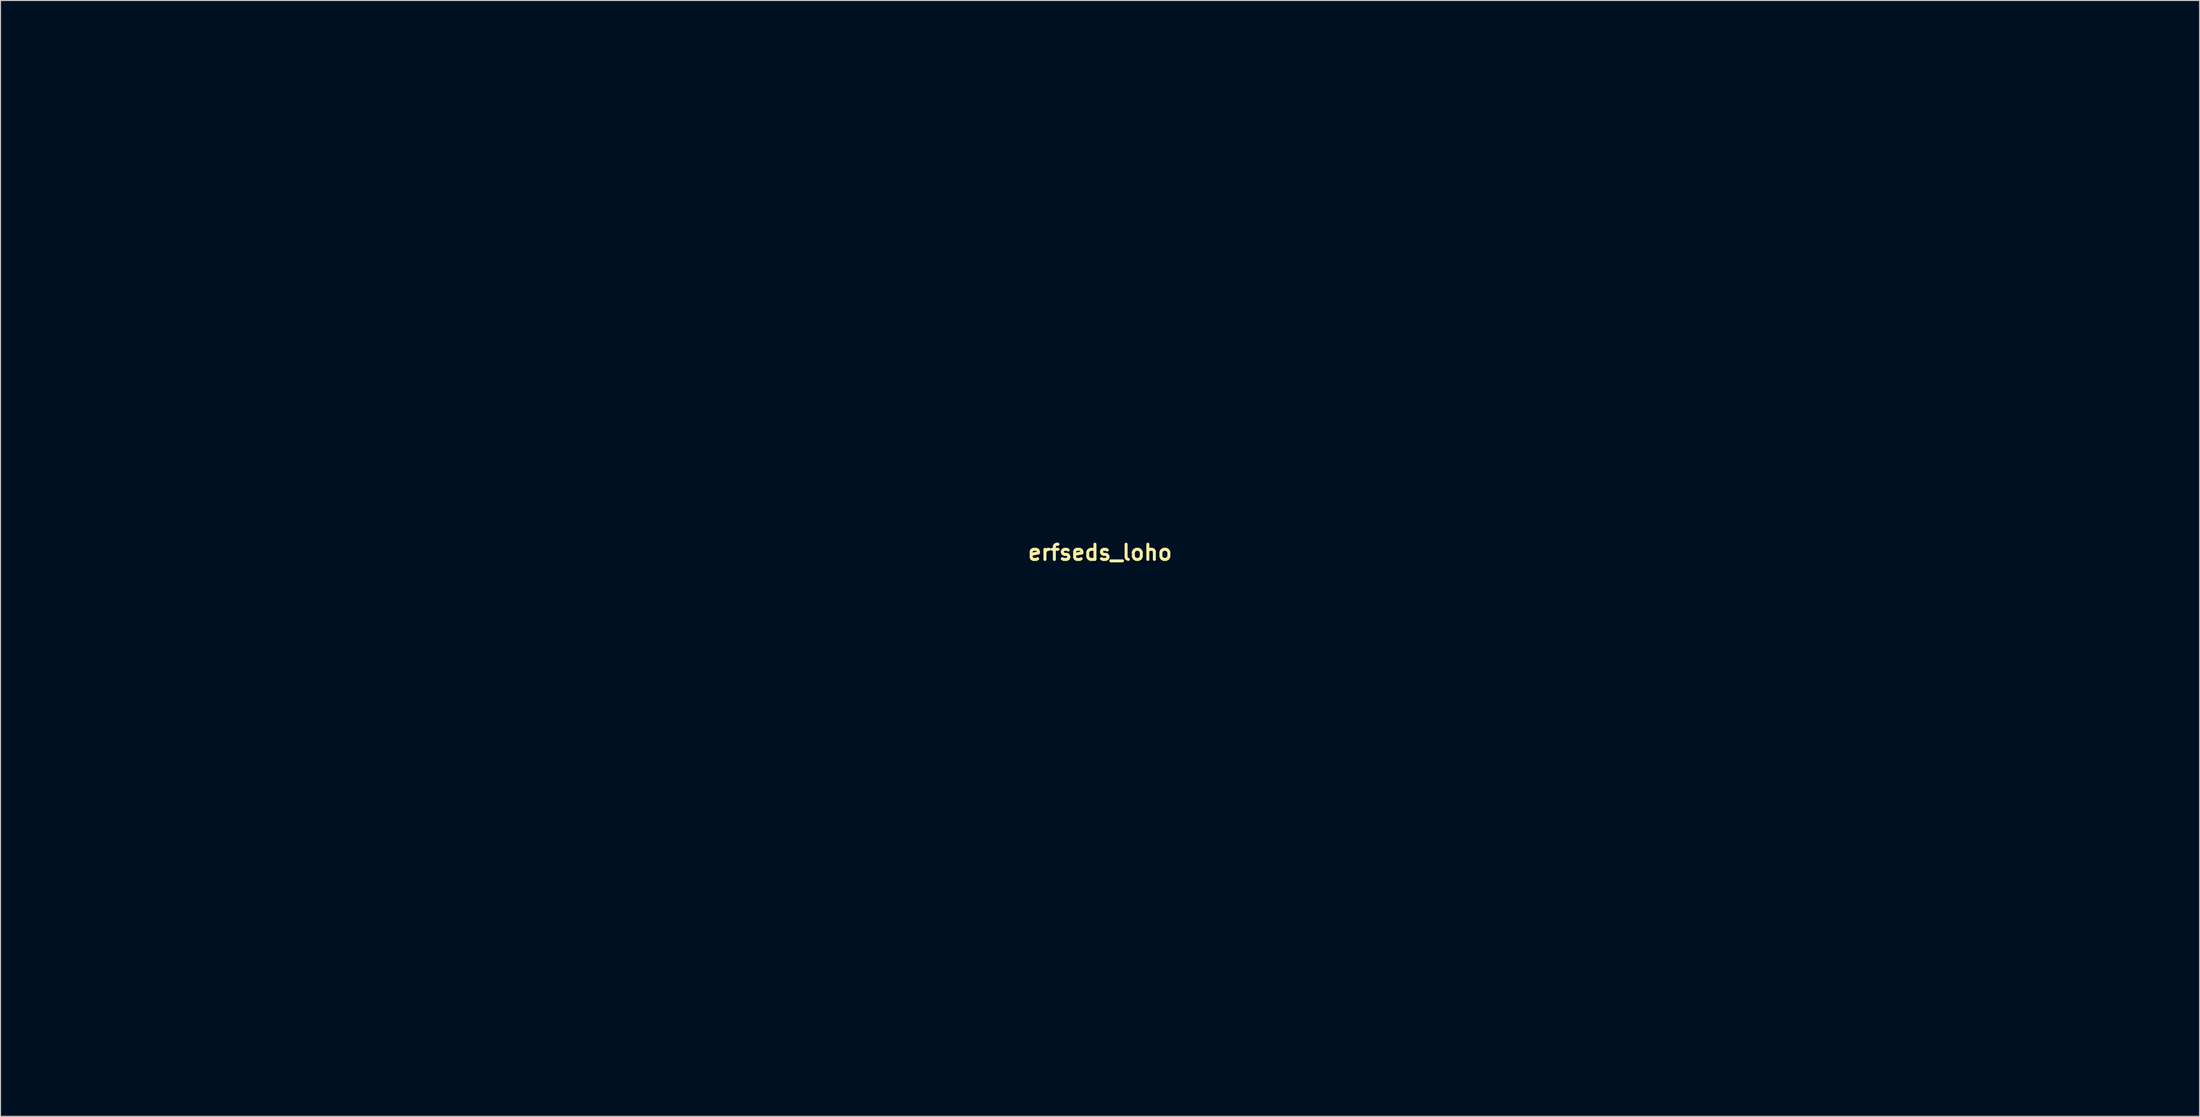
<source format=kicad_pcb>
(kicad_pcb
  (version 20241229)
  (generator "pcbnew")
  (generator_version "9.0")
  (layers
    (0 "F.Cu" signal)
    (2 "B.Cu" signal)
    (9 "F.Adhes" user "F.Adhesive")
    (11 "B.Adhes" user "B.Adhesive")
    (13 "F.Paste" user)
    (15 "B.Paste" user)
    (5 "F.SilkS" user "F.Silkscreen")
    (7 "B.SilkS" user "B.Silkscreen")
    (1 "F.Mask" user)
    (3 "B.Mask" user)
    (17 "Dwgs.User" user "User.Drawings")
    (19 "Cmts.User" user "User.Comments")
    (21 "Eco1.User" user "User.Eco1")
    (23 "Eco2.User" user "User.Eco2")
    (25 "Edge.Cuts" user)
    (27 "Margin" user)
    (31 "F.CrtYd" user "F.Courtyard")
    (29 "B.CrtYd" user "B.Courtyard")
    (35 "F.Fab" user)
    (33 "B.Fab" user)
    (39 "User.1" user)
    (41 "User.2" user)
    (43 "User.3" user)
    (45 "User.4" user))
  (footprint "erfseds_loho"
    (layer "F.Cu")
    (at 107.111 52.329)
    (property "Reference" "erfseds_loho" (at 0 0 0) (layer "F.SilkS") (effects (font (size 1.524 1.524) (thickness 0.3))))
    (attr through_hole)
    (fp_poly (pts (xy -72.842 2.653) (xy -72.853 2.703) (xy -72.898 2.709) (xy -72.968 2.678) (xy -72.954 2.653) (xy -72.854 2.643) (xy -72.842 2.653)) (stroke (width 0.01) (type solid)) (fill no) (layer "Eco2.User"))
    (fp_poly (pts (xy -72.498 2.574) (xy -72.523 2.612) (xy -72.609 2.618) (xy -72.699 2.597) (xy -72.66 2.567) (xy -72.528 2.557) (xy -72.498 2.574)) (stroke (width 0.01) (type solid)) (fill no) (layer "Eco2.User"))
    (fp_poly (pts (xy 100.132 8.749) (xy 100.121 8.799) (xy 100.076 8.805) (xy 100.006 8.774) (xy 100.02 8.749) (xy 100.12 8.739) (xy 100.132 8.749)) (stroke (width 0.01) (type solid)) (fill no) (layer "Eco2.User"))
    (fp_poly (pts (xy 99.749 8.596) (xy 99.822 8.636) (xy 99.89 8.703) (xy 99.864 8.718) (xy 99.725 8.676) (xy 99.653 8.636) (xy 99.585 8.569) (xy 99.61 8.554) (xy 99.749 8.596)) (stroke (width 0.01) (type solid)) (fill no) (layer "Eco2.User"))
    (fp_poly (pts (xy -37.846 44.631) (xy -37.866 44.722) (xy -37.922 44.958) (xy -38.009 45.319) (xy -38.123 45.786) (xy -38.259 46.34) (xy -38.412 46.96) (xy -38.577 47.627) (xy -38.75 48.323) (xy -38.924 49.027) (xy -39.097 49.72) (xy -39.262 50.383) (xy -39.415 50.996) (xy -39.552 51.539) (xy -39.667 51.993) (xy -39.755 52.339) (xy -39.801 52.514) (xy -39.885 52.832) (xy -44.196 52.832) (xy -44.189 52.642) (xy -44.166 52.518) (xy -44.107 52.25) (xy -44.014 51.857) (xy -43.894 51.359) (xy -43.75 50.775) (xy -43.588 50.125) (xy -43.411 49.428) (xy -43.405 49.404) (xy -42.63 46.358) (xy -41.952 46.114) (xy -41.663 46.008) (xy -41.252 45.854) (xy -40.756 45.668) (xy -40.211 45.461) (xy -39.654 45.248) (xy -39.56 45.213) (xy -39.06 45.024) (xy -38.617 44.864) (xy -38.254 44.739) (xy -37.994 44.657) (xy -37.86 44.627) (xy -37.846 44.631)) (stroke (width 0.01) (type solid)) (fill no) (layer "Eco2.User"))
    (fp_poly (pts (xy -49.748 48.883) (xy -49.703 49.051) (xy -49.629 49.34) (xy -49.531 49.722) (xy -49.418 50.168) (xy -49.296 50.653) (xy -49.172 51.146) (xy -49.053 51.621) (xy -48.946 52.05) (xy -48.859 52.405) (xy -48.797 52.657) (xy -48.769 52.78) (xy -48.768 52.787) (xy -48.848 52.802) (xy -49.072 52.814) (xy -49.414 52.823) (xy -49.847 52.828) (xy -50.347 52.831) (xy -50.886 52.832) (xy -51.441 52.83) (xy -51.983 52.825) (xy -52.489 52.818) (xy -52.932 52.808) (xy -53.286 52.796) (xy -53.525 52.783) (xy -53.624 52.767) (xy -53.625 52.766) (xy -53.662 52.656) (xy -53.725 52.42) (xy -53.806 52.091) (xy -53.898 51.703) (xy -53.992 51.289) (xy -54.082 50.882) (xy -54.16 50.515) (xy -54.219 50.223) (xy -54.25 50.038) (xy -54.251 49.99) (xy -54.162 49.957) (xy -53.936 49.888) (xy -53.597 49.79) (xy -53.173 49.67) (xy -52.688 49.535) (xy -52.656 49.527) (xy -52.113 49.377) (xy -51.577 49.226) (xy -51.087 49.087) (xy -50.686 48.971) (xy -50.448 48.9) (xy -49.799 48.702) (xy -49.748 48.883)) (stroke (width 0.01) (type solid)) (fill no) (layer "Eco2.User"))
    (fp_poly (pts (xy 11.853 16.238) (xy 12.287 16.805) (xy 12.71 17.509) (xy 13.105 18.32) (xy 13.459 19.204) (xy 13.755 20.131) (xy 13.784 20.235) (xy 13.861 20.532) (xy 13.917 20.797) (xy 13.957 21.066) (xy 13.983 21.372) (xy 13.997 21.751) (xy 14.005 22.238) (xy 14.007 22.705) (xy 14.006 23.22) (xy 13.999 23.677) (xy 13.987 24.048) (xy 13.971 24.308) (xy 13.952 24.428) (xy 13.95 24.432) (xy 13.857 24.453) (xy 13.624 24.487) (xy 13.278 24.531) (xy 12.848 24.582) (xy 12.36 24.638) (xy 11.844 24.694) (xy 11.326 24.749) (xy 10.835 24.799) (xy 10.399 24.84) (xy 10.046 24.871) (xy 9.803 24.888) (xy 9.754 24.889) (xy 9.688 24.845) (xy 9.688 24.685) (xy 9.707 24.575) (xy 9.733 24.357) (xy 9.751 24.022) (xy 9.761 23.621) (xy 9.761 23.326) (xy 9.673 22.253) (xy 9.433 21.254) (xy 9.04 20.326) (xy 8.493 19.471) (xy 8.371 19.315) (xy 8.157 19.041) (xy 8.042 18.863) (xy 8.011 18.751) (xy 8.049 18.674) (xy 8.054 18.669) (xy 8.151 18.588) (xy 8.361 18.418) (xy 8.667 18.175) (xy 9.047 17.873) (xy 9.484 17.53) (xy 9.864 17.232) (xy 11.557 15.906) (xy 11.853 16.238)) (stroke (width 0.01) (type solid)) (fill no) (layer "Eco2.User"))
    (fp_poly (pts (xy 4.171 12.614) (xy 5.546 12.774) (xy 6.821 13.039) (xy 7.983 13.404) (xy 9.022 13.867) (xy 9.563 14.178) (xy 9.939 14.416) (xy 9.733 14.583) (xy 9.611 14.675) (xy 9.371 14.851) (xy 9.034 15.096) (xy 8.62 15.396) (xy 8.148 15.735) (xy 7.64 16.099) (xy 7.628 16.108) (xy 5.729 17.466) (xy 4.976 17.272) (xy 4.153 17.112) (xy 3.23 17.022) (xy 2.263 17.002) (xy 1.305 17.053) (xy 0.411 17.173) (xy -0.048 17.272) (xy -1.034 17.6) (xy -1.941 18.056) (xy -2.752 18.627) (xy -3.45 19.302) (xy -4.02 20.067) (xy -4.278 20.532) (xy -4.502 21.032) (xy -4.665 21.512) (xy -4.776 22.02) (xy -4.847 22.603) (xy -4.887 23.289) (xy -4.931 24.437) (xy -6.509 25.372) (xy -7.001 25.664) (xy -7.47 25.941) (xy -7.887 26.187) (xy -8.222 26.384) (xy -8.448 26.516) (xy -8.485 26.537) (xy -8.884 26.767) (xy -8.929 26.57) (xy -9.038 26.059) (xy -9.112 25.627) (xy -9.162 25.192) (xy -9.195 24.749) (xy -9.201 23.479) (xy -9.064 22.189) (xy -8.793 20.912) (xy -8.396 19.678) (xy -7.881 18.518) (xy -7.322 17.562) (xy -6.524 16.513) (xy -5.608 15.58) (xy -4.581 14.765) (xy -3.452 14.072) (xy -2.23 13.506) (xy -0.924 13.069) (xy 0.459 12.766) (xy 1.909 12.6) (xy 3.417 12.574) (xy 4.171 12.614)) (stroke (width 0.01) (type solid)) (fill no) (layer "Eco2.User"))
    (fp_poly (pts (xy 38.288 -6.338) (xy 38.579 -6.311) (xy 38.991 -6.269) (xy 39.502 -6.214) (xy 40.088 -6.148) (xy 40.726 -6.074) (xy 40.935 -6.05) (xy 46.198 -5.381) (xy 51.321 -4.634) (xy 56.319 -3.805) (xy 61.204 -2.893) (xy 65.99 -1.893) (xy 70.689 -0.802) (xy 75.314 0.382) (xy 79.879 1.662) (xy 84.396 3.042) (xy 88.878 4.525) (xy 93.34 6.114) (xy 94.306 6.473) (xy 94.801 6.659) (xy 95.354 6.871) (xy 95.944 7.099) (xy 96.551 7.335) (xy 97.152 7.571) (xy 97.727 7.798) (xy 98.254 8.008) (xy 98.713 8.193) (xy 99.083 8.344) (xy 99.341 8.453) (xy 99.468 8.511) (xy 99.476 8.517) (xy 99.466 8.547) (xy 99.321 8.516) (xy 99.061 8.427) (xy 99.018 8.411) (xy 98.721 8.301) (xy 98.286 8.146) (xy 97.735 7.952) (xy 97.09 7.728) (xy 96.373 7.48) (xy 95.608 7.217) (xy 94.816 6.947) (xy 94.02 6.676) (xy 93.241 6.412) (xy 92.503 6.163) (xy 91.827 5.937) (xy 91.236 5.742) (xy 90.752 5.584) (xy 90.666 5.556) (xy 85.197 3.878) (xy 79.677 2.331) (xy 74.132 0.92) (xy 68.586 -0.349) (xy 63.065 -1.468) (xy 60.458 -1.946) (xy 58.85 -2.223) (xy 57.139 -2.505) (xy 55.35 -2.788) (xy 53.503 -3.068) (xy 51.621 -3.344) (xy 49.728 -3.612) (xy 47.845 -3.868) (xy 45.994 -4.11) (xy 44.199 -4.335) (xy 42.482 -4.54) (xy 40.865 -4.721) (xy 39.37 -4.876) (xy 38.1 -4.995) (xy 37.556 -5.041) (xy 37.167 -5.08) (xy 36.919 -5.122) (xy 36.799 -5.181) (xy 36.795 -5.268) (xy 36.892 -5.396) (xy 37.078 -5.577) (xy 37.27 -5.757) (xy 37.59 -6.048) (xy 37.827 -6.23) (xy 38.009 -6.323) (xy 38.141 -6.346) (xy 38.288 -6.338)) (stroke (width 0.01) (type solid)) (fill no) (layer "Eco2.User"))
    (fp_poly (pts (xy 8.311 -8.146) (xy 11.958 -8.079) (xy 15.521 -7.969) (xy 17.865 -7.87) (xy 18.71 -7.828) (xy 19.635 -7.779) (xy 20.625 -7.724) (xy 21.666 -7.663) (xy 22.743 -7.597) (xy 23.841 -7.529) (xy 24.947 -7.458) (xy 26.046 -7.385) (xy 27.123 -7.312) (xy 28.165 -7.24) (xy 29.157 -7.169) (xy 30.084 -7.1) (xy 30.932 -7.036) (xy 31.686 -6.975) (xy 32.333 -6.921) (xy 32.857 -6.873) (xy 33.245 -6.832) (xy 33.482 -6.8) (xy 33.516 -6.793) (xy 33.801 -6.73) (xy 33.122 -6.117) (xy 32.443 -5.503) (xy 29.704 -5.712) (xy 23.685 -6.123) (xy 17.778 -6.432) (xy 11.959 -6.637) (xy 6.206 -6.738) (xy 0.497 -6.736) (xy -5.192 -6.631) (xy -10.884 -6.422) (xy -16.6 -6.109) (xy -22.364 -5.691) (xy -26.077 -5.371) (xy -32.534 -4.705) (xy -39.024 -3.887) (xy -45.552 -2.916) (xy -52.125 -1.792) (xy -58.748 -0.513) (xy -65.426 0.921) (xy -68.78 1.695) (xy -69.671 1.905) (xy -70.408 2.078) (xy -71.003 2.218) (xy -71.47 2.326) (xy -71.818 2.405) (xy -72.059 2.459) (xy -72.206 2.488) (xy -72.271 2.496) (xy -72.264 2.486) (xy -72.197 2.46) (xy -72.083 2.421) (xy -72.051 2.41) (xy -71.631 2.276) (xy -71.062 2.108) (xy -70.361 1.909) (xy -69.546 1.685) (xy -68.632 1.438) (xy -67.637 1.175) (xy -66.577 0.898) (xy -65.468 0.612) (xy -64.328 0.322) (xy -63.173 0.031) (xy -62.019 -0.255) (xy -60.884 -0.533) (xy -59.783 -0.798) (xy -58.734 -1.047) (xy -57.997 -1.218) (xy -51.944 -2.538) (xy -45.857 -3.717) (xy -39.726 -4.756) (xy -33.539 -5.657) (xy -27.286 -6.421) (xy -20.956 -7.051) (xy -14.537 -7.547) (xy -9.737 -7.828) (xy -6.29 -7.978) (xy -2.72 -8.085) (xy 0.931 -8.148) (xy 4.621 -8.169) (xy 8.311 -8.146)) (stroke (width 0.01) (type solid)) (fill no) (layer "Eco2.User"))
    (fp_poly (pts (xy -17.967 13.223) (xy -16.991 13.224) (xy -16.113 13.225) (xy -15.344 13.227) (xy -14.694 13.229) (xy -14.173 13.232) (xy -13.792 13.236) (xy -13.561 13.24) (xy -13.491 13.244) (xy -13.476 13.326) (xy -13.503 13.546) (xy -13.574 13.91) (xy -13.69 14.423) (xy -13.852 15.091) (xy -13.957 15.509) (xy -14.52 17.738) (xy -22.809 17.78) (xy -31.098 17.822) (xy -32.648 23.961) (xy -32.898 24.953) (xy -33.136 25.899) (xy -33.358 26.786) (xy -33.561 27.602) (xy -33.742 28.332) (xy -33.898 28.964) (xy -34.025 29.484) (xy -34.12 29.88) (xy -34.18 30.139) (xy -34.202 30.247) (xy -34.202 30.247) (xy -34.196 30.271) (xy -34.169 30.293) (xy -34.113 30.312) (xy -34.017 30.328) (xy -33.872 30.342) (xy -33.668 30.354) (xy -33.395 30.364) (xy -33.043 30.373) (xy -32.603 30.379) (xy -32.065 30.385) (xy -31.419 30.389) (xy -30.656 30.391) (xy -29.765 30.393) (xy -28.737 30.395) (xy -27.562 30.395) (xy -26.23 30.395) (xy -25.79 30.395) (xy -17.376 30.395) (xy -17.501 30.894) (xy -17.627 31.393) (xy -19.137 32.118) (xy -19.641 32.357) (xy -20.258 32.646) (xy -20.948 32.965) (xy -21.668 33.295) (xy -22.378 33.618) (xy -22.875 33.842) (xy -25.104 34.84) (xy -30.244 34.863) (xy -35.385 34.886) (xy -35.469 35.202) (xy -35.513 35.374) (xy -35.591 35.682) (xy -35.696 36.099) (xy -35.82 36.596) (xy -35.958 37.145) (xy -36.031 37.439) (xy -36.51 39.36) (xy -37.58 39.755) (xy -38.002 39.91) (xy -38.48 40.083) (xy -38.989 40.266) (xy -39.503 40.449) (xy -39.997 40.624) (xy -40.444 40.781) (xy -40.821 40.912) (xy -41.101 41.007) (xy -41.259 41.057) (xy -41.283 41.063) (xy -41.294 40.994) (xy -41.273 40.873) (xy -41.247 40.771) (xy -41.182 40.514) (xy -41.081 40.11) (xy -40.945 39.568) (xy -40.776 38.896) (xy -40.577 38.103) (xy -40.349 37.198) (xy -40.096 36.189) (xy -39.818 35.086) (xy -39.52 33.896) (xy -39.201 32.628) (xy -38.865 31.292) (xy -38.514 29.896) (xy -38.151 28.447) (xy -37.778 26.966) (xy -34.332 13.25) (xy -23.961 13.229) (xy -22.648 13.226) (xy -21.382 13.224) (xy -20.173 13.223) (xy -19.032 13.223) (xy -17.967 13.223)) (stroke (width 0.01) (type solid)) (fill no) (layer "Eco2.User"))
    (fp_poly (pts (xy -3.367 26.977) (xy -3.253 27.054) (xy -3.042 27.206) (xy -2.773 27.404) (xy -2.667 27.483) (xy -2.177 27.831) (xy -1.544 28.249) (xy -0.777 28.734) (xy 0.116 29.279) (xy 1.124 29.878) (xy 2.159 30.48) (xy 3.308 31.15) (xy 4.318 31.754) (xy 5.199 32.303) (xy 5.965 32.807) (xy 6.627 33.275) (xy 7.198 33.718) (xy 7.689 34.144) (xy 8.113 34.564) (xy 8.481 34.987) (xy 8.806 35.423) (xy 9.1 35.883) (xy 9.315 36.264) (xy 9.696 37.045) (xy 9.982 37.82) (xy 10.183 38.627) (xy 10.308 39.503) (xy 10.363 40.484) (xy 10.368 40.979) (xy 10.353 41.801) (xy 10.308 42.505) (xy 10.225 43.143) (xy 10.099 43.765) (xy 9.921 44.42) (xy 9.851 44.651) (xy 9.354 45.959) (xy 8.712 47.191) (xy 7.936 48.338) (xy 7.034 49.392) (xy 6.018 50.343) (xy 4.898 51.183) (xy 3.684 51.902) (xy 2.385 52.491) (xy 1.014 52.943) (xy 0.059 53.163) (xy -0.423 53.245) (xy -0.992 53.322) (xy -1.602 53.39) (xy -2.206 53.445) (xy -2.759 53.483) (xy -3.212 53.499) (xy -3.378 53.497) (xy -3.631 53.486) (xy -3.995 53.465) (xy -4.413 53.438) (xy -4.672 53.42) (xy -5.661 53.312) (xy -6.668 53.134) (xy -7.652 52.898) (xy -8.567 52.613) (xy -9.372 52.29) (xy -9.605 52.178) (xy -10.618 51.572) (xy -11.542 50.83) (xy -12.358 49.97) (xy -13.049 49.011) (xy -13.417 48.354) (xy -13.655 47.809) (xy -13.891 47.14) (xy -14.109 46.394) (xy -14.297 45.618) (xy -14.402 45.083) (xy -14.469 44.679) (xy -14.519 44.304) (xy -14.555 43.921) (xy -14.579 43.495) (xy -14.593 42.989) (xy -14.6 42.367) (xy -14.601 42.023) (xy -14.6 41.464) (xy -14.596 40.964) (xy -14.59 40.546) (xy -14.581 40.236) (xy -14.57 40.056) (xy -14.563 40.021) (xy -14.467 39.998) (xy -14.231 39.962) (xy -13.884 39.916) (xy -13.452 39.863) (xy -12.964 39.806) (xy -12.447 39.748) (xy -11.928 39.692) (xy -11.436 39.642) (xy -10.999 39.6) (xy -10.643 39.569) (xy -10.397 39.552) (xy -10.289 39.553) (xy -10.286 39.554) (xy -10.275 39.653) (xy -10.283 39.88) (xy -10.309 40.193) (xy -10.326 40.353) (xy -10.407 41.559) (xy -10.37 42.713) (xy -10.218 43.798) (xy -9.956 44.798) (xy -9.585 45.697) (xy -9.111 46.477) (xy -9.071 46.531) (xy -8.621 47.022) (xy -8.038 47.497) (xy -7.359 47.936) (xy -6.618 48.316) (xy -5.854 48.616) (xy -5.327 48.765) (xy -4.229 48.961) (xy -3.082 49.05) (xy -1.922 49.033) (xy -0.786 48.914) (xy 0.287 48.695) (xy 1.263 48.378) (xy 1.386 48.328) (xy 2.153 47.939) (xy 2.917 47.433) (xy 3.638 46.842) (xy 4.279 46.198) (xy 4.802 45.533) (xy 4.935 45.327) (xy 5.347 44.517) (xy 5.655 43.634) (xy 5.851 42.717) (xy 5.928 41.805) (xy 5.88 40.934) (xy 5.799 40.492) (xy 5.668 40.025) (xy 5.495 39.585) (xy 5.271 39.163) (xy 4.984 38.749) (xy 4.626 38.335) (xy 4.186 37.913) (xy 3.655 37.472) (xy 3.022 37.006) (xy 2.277 36.504) (xy 1.411 35.958) (xy 0.412 35.36) (xy -0.728 34.7) (xy -0.931 34.584) (xy -1.922 34.015) (xy -2.778 33.512) (xy -3.514 33.065) (xy -4.145 32.665) (xy -4.687 32.301) (xy -5.156 31.962) (xy -5.568 31.64) (xy -5.777 31.464) (xy -6.045 31.22) (xy -6.346 30.925) (xy -6.657 30.605) (xy -6.953 30.286) (xy -7.211 29.993) (xy -7.408 29.752) (xy -7.519 29.59) (xy -7.535 29.545) (xy -7.469 29.463) (xy -7.419 29.437) (xy -7.319 29.381) (xy -7.097 29.245) (xy -6.773 29.041) (xy -6.366 28.782) (xy -5.897 28.481) (xy -5.388 28.153) (xy -4.773 27.759) (xy -4.258 27.44) (xy -3.851 27.2) (xy -3.561 27.043) (xy -3.397 26.976) (xy -3.367 26.977)) (stroke (width 0.01) (type solid)) (fill no) (layer "Eco2.User"))
    (fp_poly (pts (xy 42.487 13.223) (xy 43.449 13.224) (xy 44.306 13.226) (xy 45.048 13.228) (xy 45.665 13.23) (xy 46.148 13.233) (xy 46.487 13.237) (xy 46.672 13.241) (xy 46.704 13.243) (xy 46.718 13.335) (xy 46.685 13.583) (xy 46.605 13.989) (xy 46.479 14.555) (xy 46.305 15.282) (xy 46.265 15.445) (xy 46.12 16.028) (xy 45.986 16.558) (xy 45.868 17.012) (xy 45.774 17.369) (xy 45.708 17.604) (xy 45.678 17.695) (xy 45.584 17.71) (xy 45.321 17.724) (xy 44.892 17.736) (xy 44.296 17.747) (xy 43.536 17.756) (xy 42.612 17.764) (xy 41.525 17.77) (xy 40.277 17.775) (xy 38.868 17.778) (xy 37.3 17.78) (xy 36.193 17.78) (xy 26.761 17.78) (xy 26.677 18.098) (xy 26.632 18.273) (xy 26.552 18.587) (xy 26.442 19.025) (xy 26.305 19.57) (xy 26.146 20.207) (xy 25.967 20.92) (xy 25.774 21.692) (xy 25.57 22.509) (xy 25.359 23.355) (xy 25.145 24.213) (xy 24.932 25.068) (xy 24.724 25.904) (xy 24.524 26.705) (xy 24.338 27.455) (xy 24.168 28.139) (xy 24.019 28.741) (xy 23.894 29.245) (xy 23.798 29.635) (xy 23.735 29.895) (xy 23.707 30.009) (xy 23.707 30.013) (xy 23.79 30.019) (xy 24.031 30.025) (xy 24.42 30.03) (xy 24.945 30.035) (xy 25.597 30.04) (xy 26.363 30.044) (xy 27.233 30.047) (xy 28.197 30.051) (xy 29.242 30.053) (xy 30.36 30.055) (xy 31.537 30.056) (xy 32.765 30.057) (xy 32.893 30.057) (xy 34.125 30.057) (xy 35.308 30.059) (xy 36.432 30.062) (xy 37.485 30.065) (xy 38.457 30.07) (xy 39.337 30.075) (xy 40.114 30.081) (xy 40.778 30.088) (xy 41.317 30.095) (xy 41.72 30.103) (xy 41.976 30.111) (xy 42.076 30.119) (xy 42.076 30.12) (xy 42.056 30.216) (xy 42.001 30.455) (xy 41.916 30.813) (xy 41.807 31.268) (xy 41.678 31.799) (xy 41.545 32.343) (xy 41.017 34.502) (xy 22.555 34.545) (xy 20.871 41.254) (xy 20.611 42.292) (xy 20.362 43.285) (xy 20.127 44.219) (xy 19.91 45.083) (xy 19.715 45.864) (xy 19.543 46.549) (xy 19.398 47.126) (xy 19.284 47.582) (xy 19.203 47.905) (xy 19.159 48.082) (xy 19.151 48.112) (xy 19.152 48.134) (xy 19.172 48.154) (xy 19.221 48.172) (xy 19.306 48.187) (xy 19.437 48.201) (xy 19.623 48.213) (xy 19.872 48.223) (xy 20.194 48.232) (xy 20.597 48.239) (xy 21.09 48.245) (xy 21.683 48.249) (xy 22.383 48.253) (xy 23.199 48.256) (xy 24.142 48.258) (xy 25.219 48.259) (xy 26.439 48.26) (xy 27.811 48.26) (xy 29.242 48.26) (xy 30.537 48.26) (xy 31.783 48.261) (xy 32.971 48.263) (xy 34.091 48.266) (xy 35.131 48.268) (xy 36.082 48.272) (xy 36.933 48.276) (xy 37.674 48.28) (xy 38.294 48.285) (xy 38.784 48.29) (xy 39.132 48.295) (xy 39.328 48.301) (xy 39.37 48.305) (xy 39.35 48.411) (xy 39.294 48.654) (xy 39.208 49.007) (xy 39.101 49.442) (xy 38.978 49.932) (xy 38.847 50.451) (xy 38.715 50.971) (xy 38.588 51.465) (xy 38.473 51.906) (xy 38.377 52.268) (xy 38.307 52.521) (xy 38.27 52.641) (xy 38.27 52.642) (xy 38.188 52.832) (xy 25.91 52.832) (xy 24.166 52.832) (xy 22.585 52.831) (xy 21.159 52.829) (xy 19.881 52.827) (xy 18.746 52.824) (xy 17.745 52.821) (xy 16.872 52.816) (xy 16.121 52.811) (xy 15.483 52.804) (xy 14.952 52.797) (xy 14.522 52.788) (xy 14.185 52.779) (xy 13.935 52.768) (xy 13.764 52.755) (xy 13.666 52.742) (xy 13.634 52.727) (xy 13.634 52.726) (xy 13.654 52.636) (xy 13.714 52.388) (xy 13.812 51.99) (xy 13.946 51.45) (xy 14.113 50.774) (xy 14.313 49.969) (xy 14.544 49.043) (xy 14.803 48.003) (xy 15.089 46.856) (xy 15.401 45.609) (xy 15.736 44.27) (xy 16.092 42.844) (xy 16.468 41.341) (xy 16.862 39.766) (xy 17.273 38.127) (xy 17.698 36.431) (xy 18.136 34.685) (xy 18.574 32.935) (xy 23.513 13.25) (xy 35.061 13.229) (xy 36.447 13.226) (xy 37.786 13.224) (xy 39.07 13.223) (xy 40.288 13.223) (xy 41.43 13.223) (xy 42.487 13.223)) (stroke (width 0.01) (type solid)) (fill no) (layer "Eco2.User"))
    (fp_poly (pts (xy 59.509 13.211) (xy 60.375 13.213) (xy 61.226 13.218) (xy 62.046 13.224) (xy 62.818 13.233) (xy 63.525 13.243) (xy 64.15 13.255) (xy 64.677 13.269) (xy 65.089 13.284) (xy 65.238 13.292) (xy 66.371 13.385) (xy 67.368 13.522) (xy 68.256 13.71) (xy 69.064 13.959) (xy 69.821 14.275) (xy 70.555 14.668) (xy 70.951 14.913) (xy 71.303 15.174) (xy 71.725 15.534) (xy 72.181 15.961) (xy 72.638 16.418) (xy 73.06 16.873) (xy 73.415 17.291) (xy 73.649 17.611) (xy 74.314 18.77) (xy 74.864 20.034) (xy 75.3 21.408) (xy 75.623 22.896) (xy 75.835 24.502) (xy 75.936 26.231) (xy 75.946 27.008) (xy 75.865 29.364) (xy 75.624 31.67) (xy 75.222 33.922) (xy 74.661 36.121) (xy 73.941 38.262) (xy 73.063 40.345) (xy 72.027 42.368) (xy 70.834 44.329) (xy 70.703 44.525) (xy 69.61 46.041) (xy 68.467 47.396) (xy 67.271 48.593) (xy 66.022 49.633) (xy 64.714 50.518) (xy 63.347 51.251) (xy 61.917 51.833) (xy 60.421 52.267) (xy 60.41 52.269) (xy 60.039 52.355) (xy 59.699 52.431) (xy 59.375 52.497) (xy 59.055 52.554) (xy 58.724 52.602) (xy 58.37 52.644) (xy 57.979 52.678) (xy 57.538 52.707) (xy 57.033 52.73) (xy 56.451 52.749) (xy 55.78 52.764) (xy 55.005 52.776) (xy 54.113 52.786) (xy 53.091 52.794) (xy 51.925 52.802) (xy 50.694 52.809) (xy 49.457 52.815) (xy 48.378 52.82) (xy 47.447 52.824) (xy 46.652 52.826) (xy 45.984 52.826) (xy 45.431 52.825) (xy 44.983 52.821) (xy 44.628 52.814) (xy 44.356 52.805) (xy 44.156 52.794) (xy 44.017 52.779) (xy 43.929 52.762) (xy 43.88 52.741) (xy 43.86 52.716) (xy 43.857 52.699) (xy 43.878 52.605) (xy 43.937 52.356) (xy 44.033 51.959) (xy 44.164 51.425) (xy 44.328 50.761) (xy 44.522 49.977) (xy 44.744 49.081) (xy 44.982 48.12) (xy 49.368 48.12) (xy 49.372 48.156) (xy 49.398 48.186) (xy 49.46 48.21) (xy 49.572 48.228) (xy 49.748 48.242) (xy 50.004 48.251) (xy 50.351 48.255) (xy 50.806 48.256) (xy 51.383 48.254) (xy 52.095 48.249) (xy 52.956 48.241) (xy 53.319 48.238) (xy 54.307 48.227) (xy 55.143 48.215) (xy 55.843 48.202) (xy 56.426 48.187) (xy 56.908 48.169) (xy 57.307 48.147) (xy 57.638 48.121) (xy 57.921 48.09) (xy 58.166 48.054) (xy 59.31 47.841) (xy 60.317 47.594) (xy 61.217 47.301) (xy 62.041 46.95) (xy 62.819 46.529) (xy 63.582 46.026) (xy 63.849 45.83) (xy 64.856 44.977) (xy 65.823 43.964) (xy 66.746 42.798) (xy 67.621 41.484) (xy 68.443 40.027) (xy 69.21 38.435) (xy 69.649 37.397) (xy 70.114 36.121) (xy 70.518 34.763) (xy 70.858 33.344) (xy 71.133 31.891) (xy 71.34 30.426) (xy 71.477 28.973) (xy 71.54 27.556) (xy 71.529 26.199) (xy 71.439 24.925) (xy 71.27 23.76) (xy 71.115 23.072) (xy 70.774 22.024) (xy 70.329 21.074) (xy 69.787 20.233) (xy 69.159 19.516) (xy 68.454 18.933) (xy 67.796 18.552) (xy 67.426 18.386) (xy 67.052 18.245) (xy 66.657 18.127) (xy 66.226 18.029) (xy 65.742 17.951) (xy 65.19 17.89) (xy 64.553 17.846) (xy 63.816 17.816) (xy 62.962 17.798) (xy 61.976 17.792) (xy 60.841 17.794) (xy 60.494 17.797) (xy 56.938 17.822) (xy 53.157 32.893) (xy 52.765 34.456) (xy 52.384 35.975) (xy 52.016 37.444) (xy 51.664 38.852) (xy 51.329 40.193) (xy 51.013 41.458) (xy 50.718 42.639) (xy 50.448 43.727) (xy 50.202 44.715) (xy 49.984 45.594) (xy 49.796 46.355) (xy 49.639 46.991) (xy 49.516 47.494) (xy 49.429 47.855) (xy 49.379 48.065) (xy 49.368 48.12) (xy 44.982 48.12) (xy 44.992 48.082) (xy 45.264 46.989) (xy 45.557 45.809) (xy 45.87 44.553) (xy 46.201 43.228) (xy 46.546 41.844) (xy 46.904 40.408) (xy 47.274 38.931) (xy 47.651 37.419) (xy 48.036 35.883) (xy 48.424 34.331) (xy 48.814 32.771) (xy 49.205 31.213) (xy 49.593 29.664) (xy 49.976 28.134) (xy 50.353 26.631) (xy 50.721 25.165) (xy 51.078 23.743) (xy 51.422 22.375) (xy 51.75 21.069) (xy 52.061 19.833) (xy 52.352 18.677) (xy 52.621 17.61) (xy 52.866 16.639) (xy 53.085 15.774) (xy 53.276 15.023) (xy 53.435 14.396) (xy 53.562 13.9) (xy 53.654 13.545) (xy 53.709 13.338) (xy 53.725 13.287) (xy 53.817 13.271) (xy 54.062 13.256) (xy 54.443 13.244) (xy 54.943 13.233) (xy 55.546 13.225) (xy 56.234 13.218) (xy 56.991 13.213) (xy 57.801 13.211) (xy 58.646 13.21) (xy 59.509 13.211)) (stroke (width 0.01) (type solid)) (fill no) (layer "Eco2.User"))
    (fp_poly (pts (xy 97.578 12.641) (xy 98.879 12.817) (xy 100.118 13.103) (xy 101.271 13.497) (xy 101.922 13.792) (xy 102.955 14.404) (xy 103.889 15.145) (xy 104.717 16.002) (xy 105.434 16.963) (xy 106.031 18.015) (xy 106.505 19.145) (xy 106.846 20.34) (xy 107.051 21.589) (xy 107.111 22.877) (xy 107.049 23.944) (xy 106.996 24.459) (xy 106.563 24.506) (xy 105.783 24.591) (xy 105.059 24.668) (xy 104.407 24.737) (xy 103.846 24.796) (xy 103.393 24.842) (xy 103.066 24.874) (xy 102.882 24.89) (xy 102.851 24.892) (xy 102.803 24.858) (xy 102.782 24.737) (xy 102.785 24.505) (xy 102.813 24.136) (xy 102.821 24.047) (xy 102.84 22.988) (xy 102.704 21.977) (xy 102.42 21.027) (xy 101.995 20.149) (xy 101.436 19.355) (xy 100.751 18.657) (xy 99.946 18.068) (xy 99.029 17.599) (xy 98.891 17.543) (xy 98.041 17.278) (xy 97.086 17.098) (xy 96.067 17.005) (xy 95.028 17.001) (xy 94.009 17.089) (xy 93.053 17.269) (xy 93.035 17.273) (xy 92.051 17.6) (xy 91.147 18.055) (xy 90.336 18.626) (xy 89.634 19.299) (xy 89.053 20.063) (xy 88.607 20.904) (xy 88.355 21.632) (xy 88.251 22.155) (xy 88.183 22.773) (xy 88.156 23.419) (xy 88.171 24.025) (xy 88.218 24.439) (xy 88.289 24.8) (xy 88.381 25.137) (xy 88.503 25.457) (xy 88.664 25.769) (xy 88.872 26.078) (xy 89.136 26.392) (xy 89.465 26.718) (xy 89.866 27.063) (xy 90.35 27.434) (xy 90.924 27.839) (xy 91.596 28.284) (xy 92.377 28.777) (xy 93.274 29.324) (xy 94.296 29.933) (xy 95.451 30.61) (xy 96.393 31.157) (xy 97.412 31.761) (xy 98.293 32.312) (xy 99.055 32.825) (xy 99.716 33.312) (xy 100.295 33.786) (xy 100.811 34.26) (xy 100.923 34.371) (xy 101.679 35.22) (xy 102.289 36.112) (xy 102.769 37.074) (xy 103.134 38.138) (xy 103.265 38.65) (xy 103.344 39.128) (xy 103.397 39.732) (xy 103.425 40.417) (xy 103.428 41.143) (xy 103.405 41.867) (xy 103.358 42.546) (xy 103.287 43.138) (xy 103.229 43.449) (xy 102.882 44.752) (xy 102.44 45.934) (xy 101.887 47.023) (xy 101.207 48.049) (xy 100.384 49.041) (xy 99.871 49.576) (xy 98.807 50.542) (xy 97.705 51.352) (xy 96.541 52.02) (xy 95.294 52.557) (xy 94.058 52.947) (xy 92.93 53.194) (xy 91.704 53.366) (xy 90.432 53.457) (xy 89.169 53.464) (xy 88.352 53.419) (xy 86.885 53.239) (xy 85.543 52.949) (xy 84.323 52.546) (xy 83.221 52.03) (xy 82.23 51.398) (xy 81.348 50.649) (xy 81.148 50.447) (xy 80.478 49.667) (xy 79.912 48.826) (xy 79.445 47.91) (xy 79.073 46.907) (xy 78.793 45.803) (xy 78.599 44.585) (xy 78.488 43.24) (xy 78.456 41.934) (xy 78.456 41.388) (xy 78.46 40.9) (xy 78.466 40.497) (xy 78.475 40.202) (xy 78.485 40.04) (xy 78.49 40.017) (xy 78.584 39.996) (xy 78.818 39.961) (xy 79.164 39.916) (xy 79.595 39.863) (xy 80.082 39.807) (xy 80.599 39.75) (xy 81.117 39.694) (xy 81.608 39.644) (xy 82.046 39.601) (xy 82.402 39.569) (xy 82.648 39.552) (xy 82.758 39.551) (xy 82.76 39.552) (xy 82.769 39.647) (xy 82.762 39.879) (xy 82.743 40.215) (xy 82.713 40.625) (xy 82.702 40.757) (xy 82.658 41.942) (xy 82.731 43.071) (xy 82.917 44.128) (xy 83.212 45.094) (xy 83.613 45.955) (xy 84.058 46.621) (xy 84.531 47.116) (xy 85.139 47.59) (xy 85.844 48.022) (xy 86.613 48.391) (xy 87.409 48.677) (xy 87.715 48.76) (xy 88.662 48.936) (xy 89.704 49.031) (xy 90.785 49.044) (xy 91.85 48.976) (xy 92.846 48.826) (xy 93.116 48.767) (xy 94.191 48.433) (xy 95.188 47.967) (xy 96.096 47.379) (xy 96.902 46.683) (xy 97.593 45.891) (xy 98.159 45.013) (xy 98.586 44.063) (xy 98.842 43.157) (xy 98.927 42.587) (xy 98.967 41.958) (xy 98.962 41.33) (xy 98.911 40.762) (xy 98.847 40.425) (xy 98.698 39.936) (xy 98.504 39.475) (xy 98.253 39.033) (xy 97.936 38.601) (xy 97.542 38.169) (xy 97.059 37.728) (xy 96.479 37.268) (xy 95.79 36.781) (xy 94.982 36.258) (xy 94.044 35.688) (xy 92.966 35.062) (xy 92.498 34.797) (xy 91.51 34.237) (xy 90.657 33.744) (xy 89.921 33.309) (xy 89.288 32.919) (xy 88.741 32.564) (xy 88.265 32.234) (xy 87.843 31.918) (xy 87.46 31.604) (xy 87.099 31.283) (xy 86.744 30.944) (xy 86.698 30.898) (xy 85.862 29.979) (xy 85.184 29.033) (xy 84.655 28.04) (xy 84.264 26.977) (xy 84 25.823) (xy 83.897 25.063) (xy 83.852 24.023) (xy 83.917 22.908) (xy 84.083 21.766) (xy 84.343 20.641) (xy 84.687 19.582) (xy 85.068 18.711) (xy 85.728 17.587) (xy 86.529 16.541) (xy 87.452 15.592) (xy 88.479 14.757) (xy 89.593 14.054) (xy 89.958 13.863) (xy 91.076 13.388) (xy 92.289 13.022) (xy 93.572 12.764) (xy 94.898 12.615) (xy 96.243 12.574) (xy 97.578 12.641)) (stroke (width 0.01) (type solid)) (fill no) (layer "Eco2.User"))
    (fp_poly (pts (xy -56.066 13.223) (xy -54.948 13.231) (xy -53.954 13.244) (xy -53.074 13.263) (xy -52.297 13.288) (xy -51.612 13.32) (xy -51.007 13.36) (xy -50.472 13.408) (xy -49.994 13.464) (xy -49.565 13.53) (xy -49.171 13.605) (xy -48.803 13.691) (xy -48.448 13.788) (xy -48.245 13.849) (xy -47.318 14.218) (xy -46.503 14.712) (xy -45.798 15.332) (xy -45.203 16.079) (xy -44.718 16.954) (xy -44.343 17.956) (xy -44.078 19.087) (xy -43.921 20.347) (xy -43.883 21.043) (xy -43.898 22.645) (xy -44.051 24.175) (xy -44.337 25.627) (xy -44.756 26.993) (xy -45.303 28.268) (xy -45.976 29.445) (xy -46.772 30.518) (xy -47.689 31.478) (xy -48.722 32.321) (xy -48.749 32.34) (xy -49.993 33.124) (xy -51.356 33.791) (xy -52.828 34.339) (xy -54.403 34.763) (xy -54.856 34.859) (xy -55.185 34.925) (xy -55.444 34.98) (xy -55.592 35.015) (xy -55.613 35.021) (xy -55.571 35.087) (xy -55.438 35.255) (xy -55.232 35.499) (xy -54.975 35.794) (xy -54.961 35.81) (xy -54.521 36.328) (xy -54.134 36.831) (xy -53.784 37.347) (xy -53.452 37.906) (xy -53.123 38.537) (xy -52.777 39.269) (xy -52.4 40.131) (xy -52.374 40.192) (xy -52.166 40.696) (xy -51.956 41.235) (xy -51.752 41.782) (xy -51.562 42.316) (xy -51.394 42.812) (xy -51.257 43.246) (xy -51.157 43.594) (xy -51.104 43.832) (xy -51.106 43.938) (xy -51.106 43.938) (xy -51.206 43.976) (xy -51.442 44.045) (xy -51.788 44.139) (xy -52.215 44.249) (xy -52.695 44.37) (xy -53.199 44.494) (xy -53.701 44.615) (xy -54.173 44.726) (xy -54.585 44.819) (xy -54.91 44.888) (xy -55.091 44.921) (xy -55.445 44.978) (xy -55.539 44.608) (xy -55.913 43.229) (xy -56.307 41.935) (xy -56.716 40.738) (xy -57.136 39.647) (xy -57.561 38.674) (xy -57.988 37.83) (xy -58.411 37.126) (xy -58.827 36.571) (xy -59.108 36.28) (xy -59.4 36.054) (xy -59.745 35.84) (xy -59.905 35.759) (xy -60.159 35.65) (xy -60.412 35.559) (xy -60.685 35.484) (xy -60.994 35.423) (xy -61.358 35.374) (xy -61.795 35.336) (xy -62.325 35.306) (xy -62.964 35.284) (xy -63.733 35.265) (xy -64.648 35.25) (xy -64.876 35.247) (xy -65.602 35.238) (xy -66.273 35.233) (xy -66.87 35.231) (xy -67.374 35.232) (xy -67.768 35.236) (xy -68.034 35.244) (xy -68.152 35.254) (xy -68.157 35.257) (xy -68.177 35.354) (xy -68.235 35.599) (xy -68.327 35.976) (xy -68.449 36.47) (xy -68.597 37.064) (xy -68.767 37.743) (xy -68.955 38.491) (xy -69.156 39.291) (xy -69.367 40.129) (xy -69.584 40.989) (xy -69.803 41.853) (xy -70.02 42.707) (xy -70.23 43.535) (xy -70.43 44.321) (xy -70.616 45.048) (xy -70.784 45.702) (xy -70.929 46.266) (xy -71.048 46.724) (xy -71.137 47.061) (xy -71.191 47.26) (xy -71.206 47.307) (xy -71.233 47.366) (xy -71.275 47.411) (xy -71.35 47.444) (xy -71.479 47.467) (xy -71.682 47.483) (xy -71.98 47.492) (xy -72.391 47.496) (xy -72.936 47.498) (xy -73.448 47.498) (xy -75.611 47.498) (xy -75.549 47.265) (xy -75.523 47.161) (xy -75.457 46.901) (xy -75.355 46.492) (xy -75.216 45.942) (xy -75.045 45.259) (xy -74.842 44.451) (xy -74.61 43.526) (xy -74.35 42.491) (xy -74.064 41.354) (xy -73.755 40.123) (xy -73.425 38.806) (xy -73.075 37.411) (xy -72.707 35.945) (xy -72.323 34.417) (xy -71.926 32.833) (xy -71.517 31.202) (xy -71.415 30.795) (xy -67.03 30.795) (xy -67.014 30.822) (xy -66.967 30.845) (xy -66.875 30.863) (xy -66.727 30.877) (xy -66.51 30.888) (xy -66.212 30.895) (xy -65.82 30.899) (xy -65.323 30.9) (xy -64.709 30.899) (xy -63.964 30.895) (xy -63.077 30.89) (xy -62.035 30.882) (xy -61.794 30.88) (xy -60.561 30.87) (xy -59.446 30.856) (xy -58.458 30.841) (xy -57.604 30.823) (xy -56.891 30.804) (xy -56.327 30.782) (xy -55.918 30.759) (xy -55.711 30.74) (xy -54.735 30.586) (xy -53.885 30.38) (xy -53.119 30.108) (xy -52.397 29.755) (xy -51.866 29.434) (xy -50.988 28.763) (xy -50.198 27.961) (xy -49.512 27.049) (xy -48.943 26.047) (xy -48.507 24.976) (xy -48.338 24.4) (xy -48.202 23.732) (xy -48.113 23.005) (xy -48.073 22.265) (xy -48.082 21.552) (xy -48.141 20.91) (xy -48.251 20.382) (xy -48.265 20.338) (xy -48.565 19.603) (xy -48.957 18.978) (xy -49.426 18.476) (xy -49.96 18.113) (xy -50.365 17.95) (xy -50.593 17.886) (xy -50.833 17.831) (xy -51.097 17.784) (xy -51.398 17.744) (xy -51.75 17.71) (xy -52.166 17.683) (xy -52.658 17.66) (xy -53.24 17.643) (xy -53.924 17.631) (xy -54.724 17.622) (xy -55.653 17.616) (xy -56.724 17.613) (xy -57.95 17.611) (xy -58.092 17.611) (xy -63.733 17.611) (xy -65.355 24.109) (xy -65.611 25.131) (xy -65.855 26.107) (xy -66.084 27.025) (xy -66.297 27.872) (xy -66.488 28.635) (xy -66.655 29.302) (xy -66.795 29.859) (xy -66.905 30.295) (xy -66.982 30.595) (xy -67.021 30.748) (xy -67.025 30.763) (xy -67.03 30.795) (xy -71.415 30.795) (xy -71.251 30.141) (xy -67.014 13.25) (xy -60.283 13.226) (xy -58.723 13.221) (xy -57.321 13.22) (xy -56.066 13.223)) (stroke (width 0.01) (type solid)) (fill no) (layer "Eco2.User"))
    (fp_poly (pts (xy 74.011 -52.279) (xy 74.12 -52.135) (xy 74.118 -51.881) (xy 74.036 -51.577) (xy 73.859 -51.117) (xy 73.599 -50.534) (xy 73.268 -49.85) (xy 72.877 -49.084) (xy 72.435 -48.257) (xy 71.952 -47.387) (xy 71.441 -46.497) (xy 70.974 -45.711) (xy 70.685 -45.256) (xy 70.298 -44.684) (xy 69.823 -44.009) (xy 69.269 -43.243) (xy 68.649 -42.401) (xy 67.971 -41.494) (xy 67.246 -40.537) (xy 66.484 -39.542) (xy 65.695 -38.523) (xy 64.89 -37.493) (xy 64.079 -36.466) (xy 63.272 -35.454) (xy 62.479 -34.47) (xy 61.711 -33.528) (xy 60.977 -32.642) (xy 60.288 -31.824) (xy 59.693 -31.131) (xy 59.396 -30.789) (xy 59.118 -30.468) (xy 58.889 -30.203) (xy 58.739 -30.029) (xy 58.736 -30.025) (xy 58.676 -29.948) (xy 58.622 -29.856) (xy 58.57 -29.732) (xy 58.517 -29.561) (xy 58.459 -29.325) (xy 58.392 -29.009) (xy 58.313 -28.596) (xy 58.218 -28.07) (xy 58.103 -27.414) (xy 57.965 -26.612) (xy 57.92 -26.35) (xy 57.34 -22.95) (xy 57.006 -22.545) (xy 56.653 -22.118) (xy 56.28 -21.668) (xy 55.902 -21.214) (xy 55.534 -20.774) (xy 55.194 -20.367) (xy 54.896 -20.013) (xy 54.657 -19.73) (xy 54.491 -19.536) (xy 54.416 -19.452) (xy 54.413 -19.449) (xy 54.341 -19.495) (xy 54.158 -19.635) (xy 53.883 -19.852) (xy 53.536 -20.132) (xy 53.136 -20.459) (xy 52.956 -20.608) (xy 51.532 -21.784) (xy 51.326 -21.539) (xy 51.132 -21.316) (xy 50.843 -20.993) (xy 50.454 -20.566) (xy 49.963 -20.032) (xy 49.367 -19.388) (xy 48.663 -18.631) (xy 47.848 -17.758) (xy 46.997 -16.849) (xy 45.768 -15.548) (xy 44.483 -14.21) (xy 43.161 -12.855) (xy 41.82 -11.499) (xy 40.479 -10.162) (xy 39.156 -8.862) (xy 37.87 -7.617) (xy 36.64 -6.446) (xy 35.485 -5.367) (xy 34.459 -4.432) (xy 33.817 -3.854) (xy 33.175 -3.273) (xy 32.552 -2.708) (xy 31.967 -2.176) (xy 31.44 -1.694) (xy 30.989 -1.28) (xy 30.634 -0.952) (xy 30.48 -0.807) (xy 30.176 -0.524) (xy 29.765 -0.15) (xy 29.27 0.298) (xy 28.71 0.8) (xy 28.107 1.336) (xy 27.483 1.889) (xy 26.859 2.438) (xy 26.757 2.527) (xy 26.159 3.052) (xy 25.579 3.563) (xy 25.033 4.045) (xy 24.54 4.483) (xy 24.116 4.86) (xy 23.779 5.163) (xy 23.547 5.374) (xy 23.497 5.42) (xy 23.183 5.713) (xy 22.881 5.991) (xy 22.582 6.262) (xy 22.272 6.538) (xy 21.94 6.827) (xy 21.575 7.139) (xy 21.164 7.484) (xy 20.697 7.873) (xy 20.161 8.315) (xy 19.544 8.819) (xy 18.835 9.396) (xy 18.023 10.056) (xy 17.095 10.807) (xy 16.679 11.144) (xy 16.101 11.611) (xy 15.591 12.021) (xy 15.127 12.39) (xy 14.688 12.734) (xy 14.255 13.07) (xy 13.804 13.413) (xy 13.317 13.779) (xy 12.771 14.185) (xy 12.145 14.645) (xy 11.42 15.177) (xy 10.795 15.634) (xy 10.163 16.097) (xy 9.432 16.631) (xy 8.642 17.209) (xy 7.832 17.802) (xy 7.039 18.382) (xy 6.302 18.921) (xy 6.054 19.103) (xy 4.227 20.435) (xy 2.516 21.67) (xy 0.906 22.818) (xy -0.618 23.888) (xy -2.07 24.892) (xy -3.467 25.839) (xy -4.822 26.739) (xy -6.152 27.602) (xy -7.47 28.44) (xy -8.792 29.261) (xy -10.132 30.075) (xy -10.456 30.27) (xy -12.01 31.19) (xy -13.547 32.077) (xy -15.08 32.939) (xy -16.625 33.782) (xy -18.196 34.615) (xy -19.807 35.443) (xy -21.472 36.275) (xy -23.207 37.117) (xy -25.025 37.976) (xy -26.94 38.86) (xy -28.968 39.776) (xy -31.123 40.731) (xy -33.419 41.732) (xy -34.163 42.054) (xy -37.818 43.578) (xy -41.408 44.969) (xy -44.96 46.237) (xy -48.502 47.391) (xy -52.06 48.44) (xy -53.27 48.773) (xy -54.015 48.975) (xy -54.848 49.202) (xy -55.712 49.44) (xy -56.551 49.671) (xy -57.306 49.882) (xy -57.573 49.956) (xy -58.473 50.201) (xy -59.467 50.457) (xy -60.531 50.719) (xy -61.645 50.983) (xy -62.784 51.243) (xy -63.929 51.496) (xy -65.055 51.736) (xy -66.142 51.958) (xy -67.166 52.159) (xy -68.107 52.332) (xy -68.94 52.474) (xy -69.645 52.578) (xy -69.977 52.62) (xy -70.176 52.639) (xy -70.414 52.658) (xy -70.696 52.674) (xy -71.028 52.69) (xy -71.417 52.704) (xy -71.867 52.717) (xy -72.386 52.728) (xy -72.979 52.739) (xy -73.652 52.748) (xy -74.411 52.755) (xy -75.263 52.762) (xy -76.212 52.768) (xy -77.264 52.773) (xy -78.427 52.776) (xy -79.706 52.779) (xy -81.106 52.78) (xy -82.634 52.781) (xy -84.295 52.781) (xy -86.097 52.78) (xy -88.043 52.778) (xy -90.142 52.776) (xy -92.397 52.772) (xy -94.807 52.768) (xy -107.106 52.747) (xy -107.059 52.557) (xy -107.035 52.458) (xy -106.971 52.203) (xy -106.869 51.797) (xy -106.732 51.249) (xy -106.56 50.566) (xy -106.357 49.755) (xy -106.123 48.823) (xy -105.861 47.777) (xy -105.572 46.625) (xy -105.258 45.373) (xy -104.921 44.029) (xy -104.563 42.601) (xy -104.186 41.095) (xy -103.79 39.519) (xy -103.379 37.88) (xy -102.954 36.185) (xy -102.517 34.441) (xy -102.118 32.851) (xy -97.224 13.335) (xy -85.646 13.262) (xy -84.229 13.254) (xy -82.865 13.247) (xy -81.563 13.241) (xy -80.333 13.237) (xy -79.183 13.234) (xy -78.123 13.232) (xy -77.163 13.232) (xy -76.312 13.233) (xy -75.579 13.235) (xy -74.974 13.239) (xy -74.506 13.244) (xy -74.184 13.25) (xy -74.017 13.258) (xy -73.996 13.262) (xy -73.996 13.361) (xy -74.035 13.601) (xy -74.107 13.963) (xy -74.208 14.424) (xy -74.334 14.962) (xy -74.48 15.557) (xy -74.483 15.569) (xy -75.042 17.804) (xy -84.467 17.741) (xy -93.891 17.679) (xy -93.977 17.877) (xy -94.007 17.981) (xy -94.074 18.232) (xy -94.174 18.616) (xy -94.302 19.115) (xy -94.455 19.714) (xy -94.629 20.397) (xy -94.82 21.15) (xy -95.023 21.954) (xy -95.236 22.796) (xy -95.453 23.659) (xy -95.671 24.526) (xy -95.886 25.384) (xy -96.094 26.215) (xy -96.291 27.003) (xy -96.473 27.734) (xy -96.636 28.39) (xy -96.776 28.957) (xy -96.889 29.419) (xy -96.971 29.759) (xy -97.018 29.961) (xy -97.028 30.013) (xy -96.945 30.019) (xy -96.704 30.025) (xy -96.315 30.03) (xy -95.789 30.035) (xy -95.138 30.04) (xy -94.372 30.044) (xy -93.501 30.047) (xy -92.538 30.051) (xy -91.492 30.053) (xy -90.375 30.055) (xy -89.197 30.056) (xy -87.97 30.057) (xy -87.842 30.057) (xy -86.343 30.057) (xy -85.007 30.058) (xy -83.823 30.06) (xy -82.785 30.063) (xy -81.885 30.067) (xy -81.114 30.072) (xy -80.465 30.079) (xy -79.929 30.086) (xy -79.499 30.095) (xy -79.167 30.106) (xy -78.925 30.118) (xy -78.765 30.132) (xy -78.679 30.148) (xy -78.658 30.163) (xy -78.678 30.27) (xy -78.735 30.519) (xy -78.822 30.886) (xy -78.935 31.348) (xy -79.066 31.882) (xy -79.192 32.385) (xy -79.724 34.502) (xy -88.948 34.523) (xy -98.172 34.545) (xy -99.865 41.297) (xy -100.126 42.338) (xy -100.375 43.334) (xy -100.61 44.272) (xy -100.827 45.139) (xy -101.022 45.923) (xy -101.194 46.612) (xy -101.338 47.193) (xy -101.452 47.654) (xy -101.533 47.981) (xy -101.577 48.164) (xy -101.585 48.197) (xy -101.582 48.215) (xy -101.562 48.232) (xy -101.518 48.247) (xy -101.442 48.261) (xy -101.327 48.274) (xy -101.165 48.285) (xy -100.95 48.295) (xy -100.674 48.304) (xy -100.329 48.311) (xy -99.909 48.318) (xy -99.405 48.324) (xy -98.812 48.329) (xy -98.12 48.333) (xy -97.324 48.336) (xy -96.416 48.338) (xy -95.388 48.34) (xy -94.233 48.342) (xy -92.943 48.343) (xy -91.513 48.344) (xy -89.933 48.344) (xy -88.198 48.344) (xy -86.683 48.344) (xy -84.731 48.344) (xy -82.94 48.343) (xy -81.3 48.342) (xy -79.804 48.34) (xy -78.443 48.338) (xy -77.207 48.334) (xy -76.089 48.329) (xy -75.079 48.324) (xy -74.169 48.316) (xy -73.351 48.307) (xy -72.615 48.297) (xy -71.953 48.284) (xy -71.357 48.269) (xy -70.817 48.253) (xy -70.324 48.233) (xy -69.872 48.212) (xy -69.449 48.188) (xy -69.049 48.16) (xy -68.662 48.13) (xy -68.279 48.097) (xy -67.892 48.061) (xy -67.493 48.021) (xy -67.31 48.002) (xy -66.383 47.903) (xy -65.517 47.803) (xy -64.691 47.697) (xy -63.882 47.582) (xy -63.071 47.455) (xy -62.233 47.31) (xy -61.35 47.146) (xy -60.397 46.957) (xy -59.355 46.739) (xy -58.201 46.49) (xy -56.914 46.206) (xy -56.303 46.069) (xy -54.393 45.633) (xy -52.59 45.207) (xy -50.874 44.785) (xy -49.229 44.36) (xy -47.633 43.927) (xy -46.07 43.48) (xy -44.519 43.014) (xy -42.963 42.521) (xy -41.383 41.996) (xy -39.759 41.434) (xy -38.073 40.828) (xy -36.307 40.173) (xy -34.441 39.462) (xy -32.457 38.69) (xy -30.649 37.975) (xy -29.08 37.348) (xy -27.65 36.771) (xy -26.338 36.235) (xy -25.124 35.73) (xy -23.989 35.248) (xy -22.911 34.781) (xy -21.871 34.319) (xy -20.848 33.853) (xy -19.822 33.375) (xy -18.773 32.875) (xy -17.68 32.346) (xy -16.637 31.833) (xy -14.625 30.822) (xy -12.673 29.809) (xy -10.76 28.78) (xy -8.861 27.722) (xy -6.955 26.621) (xy -5.019 25.466) (xy -3.03 24.242) (xy -0.965 22.937) (xy 1.198 21.537) (xy 1.842 21.114) (xy 2.388 20.754) (xy 2.862 20.439) (xy 3.285 20.154) (xy 3.675 19.884) (xy 4.053 19.615) (xy 4.439 19.332) (xy 4.854 19.021) (xy 5.317 18.666) (xy 5.848 18.253) (xy 6.467 17.767) (xy 7.195 17.194) (xy 7.366 17.058) (xy 7.986 16.571) (xy 8.651 16.053) (xy 9.325 15.53) (xy 9.975 15.03) (xy 10.564 14.58) (xy 11.058 14.206) (xy 11.091 14.181) (xy 12.039 13.467) (xy 12.873 12.827) (xy 13.618 12.241) (xy 14.3 11.69) (xy 14.945 11.151) (xy 15.578 10.606) (xy 15.707 10.493) (xy 16.049 10.195) (xy 16.496 9.812) (xy 17.02 9.365) (xy 17.596 8.876) (xy 18.198 8.368) (xy 18.799 7.864) (xy 19.068 7.639) (xy 19.58 7.207) (xy 20.199 6.678) (xy 20.906 6.068) (xy 21.684 5.394) (xy 22.513 4.671) (xy 23.376 3.916) (xy 24.252 3.145) (xy 25.125 2.375) (xy 25.975 1.621) (xy 26.784 0.901) (xy 27.533 0.23) (xy 28.204 -0.374) (xy 28.779 -0.897) (xy 29.053 -1.149) (xy 30.313 -2.317) (xy 31.458 -3.381) (xy 32.501 -4.355) (xy 33.452 -5.248) (xy 34.323 -6.073) (xy 35.125 -6.841) (xy 35.869 -7.563) (xy 36.566 -8.25) (xy 37.229 -8.914) (xy 37.867 -9.566) (xy 38.493 -10.217) (xy 39.117 -10.879) (xy 39.751 -11.563) (xy 40.406 -12.28) (xy 41.093 -13.041) (xy 41.825 -13.858) (xy 42.611 -14.743) (xy 42.676 -14.817) (xy 43.451 -15.692) (xy 44.127 -16.458) (xy 44.718 -17.133) (xy 45.239 -17.732) (xy 45.703 -18.274) (xy 46.125 -18.774) (xy 46.519 -19.25) (xy 46.9 -19.719) (xy 47.28 -20.199) (xy 47.675 -20.705) (xy 48.099 -21.255) (xy 48.565 -21.866) (xy 48.606 -21.919) (xy 49.672 -23.319) (xy 48.31 -24.452) (xy 47.899 -24.794) (xy 47.532 -25.1) (xy 47.228 -25.355) (xy 47.008 -25.54) (xy 46.892 -25.638) (xy 46.881 -25.648) (xy 46.915 -25.727) (xy 47.046 -25.918) (xy 47.259 -26.204) (xy 47.541 -26.566) (xy 47.88 -26.989) (xy 48.262 -27.455) (xy 48.284 -27.482) (xy 49.755 -29.252) (xy 56.059 -31.791) (xy 56.662 -32.596) (xy 56.859 -32.857) (xy 57.144 -33.229) (xy 57.497 -33.69) (xy 57.904 -34.218) (xy 58.346 -34.79) (xy 58.807 -35.385) (xy 59.14 -35.814) (xy 59.617 -36.429) (xy 60.1 -37.052) (xy 60.569 -37.66) (xy 61.005 -38.226) (xy 61.389 -38.726) (xy 61.7 -39.133) (xy 61.848 -39.328) (xy 62.202 -39.79) (xy 62.589 -40.289) (xy 62.969 -40.772) (xy 63.301 -41.185) (xy 63.373 -41.275) (xy 63.679 -41.656) (xy 64.045 -42.123) (xy 64.433 -42.625) (xy 64.802 -43.111) (xy 64.92 -43.269) (xy 65.418 -43.918) (xy 65.975 -44.609) (xy 66.58 -45.329) (xy 67.22 -46.069) (xy 67.887 -46.816) (xy 68.568 -47.559) (xy 69.252 -48.288) (xy 69.929 -48.99) (xy 70.588 -49.655) (xy 71.216 -50.272) (xy 71.805 -50.829) (xy 72.342 -51.314) (xy 72.816 -51.718) (xy 73.217 -52.027) (xy 73.533 -52.232) (xy 73.754 -52.321) (xy 73.787 -52.324) (xy 74.011 -52.279)) (stroke (width 0.01) (type solid)) (fill no) (layer "Eco2.User")))
  (gr_rect
    (start -3 -3)
    (end 217.227 108.833)
    (stroke (width 0.1) (type default))
    (fill no)
    (layer "Edge.Cuts")))
</source>
